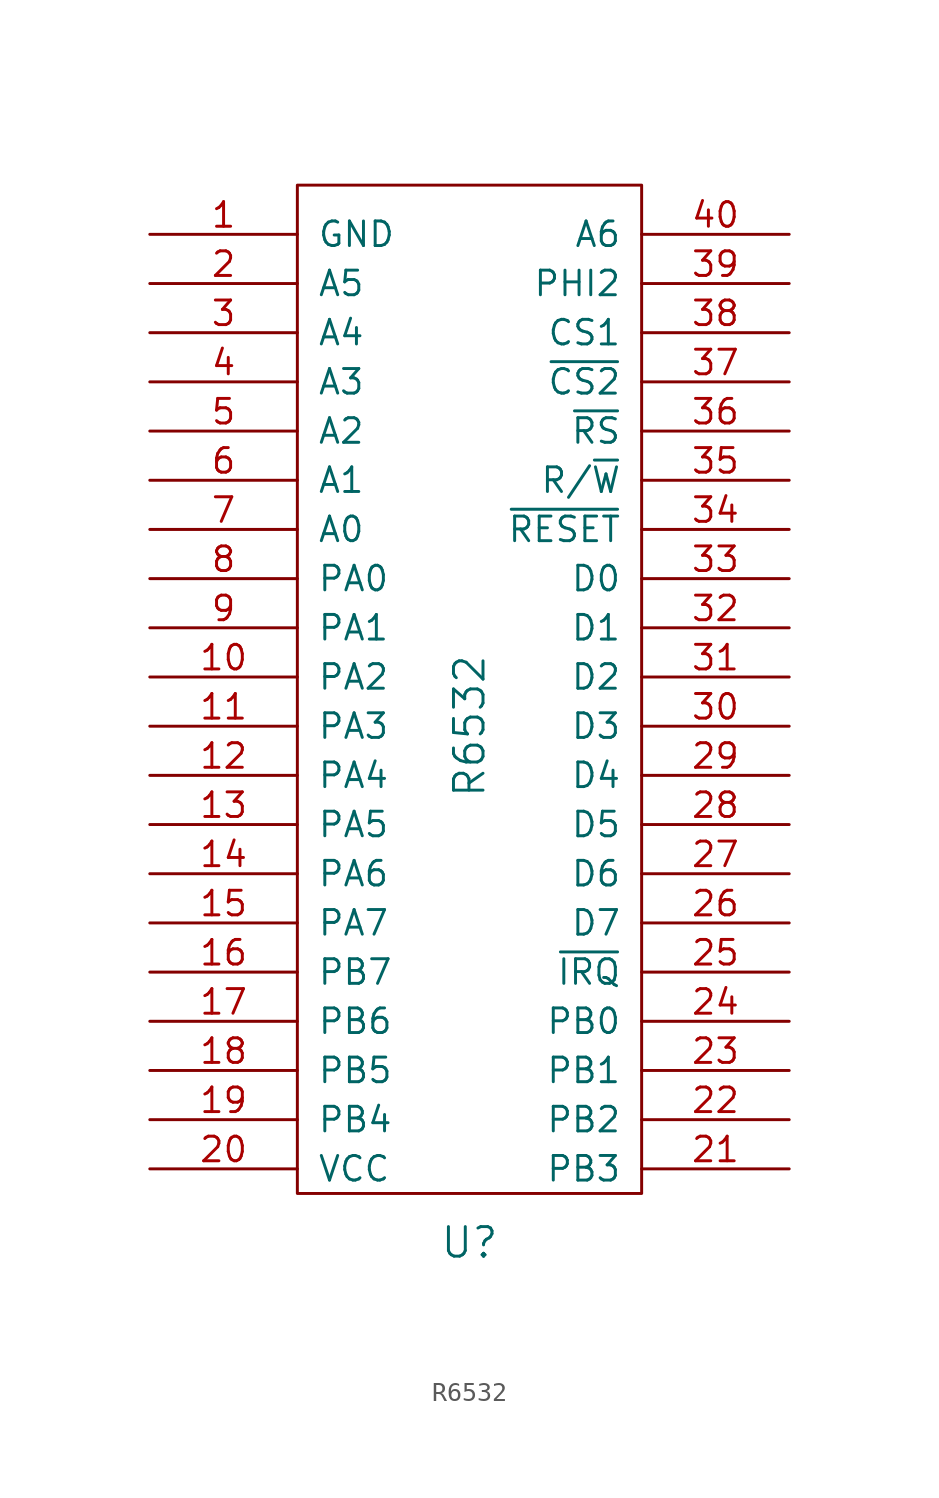
<source format=kicad_sym>
(kicad_symbol_lib
  (version 20211014)
  (generator kicad_symbol_editor)
  (symbol "R6532"
    (pin_names
      (offset 1.016))
    (property "Reference" "U"
      (at 0 -29.21 0)
      (effects (font (size 1.524 1.524))))
    (property "Value" "R6532"
      (at 0 -2.54 90)
      (effects (font (size 1.524 1.524))))
    (property "Footprint" ""
      (at -12.7 5.08 0)
      (effects (font (size 1.524 1.524))))
    (property "Datasheet" ""
      (at -12.7 5.08 0)
      (effects (font (size 1.524 1.524))))
    (symbol "R6532_0_1"
      (rectangle (start -8.89 25.4) (end 8.89 -26.67) (stroke (width 0) (type default) (color 0 0 0 0)) (fill (type none))))
    (symbol "R6532_1_1"
      (pin output line (at -16.51 22.86 0) (length 7.62) (name "GND" (effects (font (size 1.27 1.27)))) (number "1" (effects (font (size 1.27 1.27)))))
      (pin bidirectional line (at -16.51 0 0) (length 7.62) (name "PA2" (effects (font (size 1.27 1.27)))) (number "10" (effects (font (size 1.27 1.27)))))
      (pin bidirectional line (at -16.51 -2.54 0) (length 7.62) (name "PA3" (effects (font (size 1.27 1.27)))) (number "11" (effects (font (size 1.27 1.27)))))
      (pin bidirectional line (at -16.51 -5.08 0) (length 7.62) (name "PA4" (effects (font (size 1.27 1.27)))) (number "12" (effects (font (size 1.27 1.27)))))
      (pin bidirectional line (at -16.51 -7.62 0) (length 7.62) (name "PA5" (effects (font (size 1.27 1.27)))) (number "13" (effects (font (size 1.27 1.27)))))
      (pin bidirectional line (at -16.51 -10.16 0) (length 7.62) (name "PA6" (effects (font (size 1.27 1.27)))) (number "14" (effects (font (size 1.27 1.27)))))
      (pin bidirectional line (at -16.51 -12.7 0) (length 7.62) (name "PA7" (effects (font (size 1.27 1.27)))) (number "15" (effects (font (size 1.27 1.27)))))
      (pin bidirectional line (at -16.51 -15.24 0) (length 7.62) (name "PB7" (effects (font (size 1.27 1.27)))) (number "16" (effects (font (size 1.27 1.27)))))
      (pin bidirectional line (at -16.51 -17.78 0) (length 7.62) (name "PB6" (effects (font (size 1.27 1.27)))) (number "17" (effects (font (size 1.27 1.27)))))
      (pin bidirectional line (at -16.51 -20.32 0) (length 7.62) (name "PB5" (effects (font (size 1.27 1.27)))) (number "18" (effects (font (size 1.27 1.27)))))
      (pin bidirectional line (at -16.51 -22.86 0) (length 7.62) (name "PB4" (effects (font (size 1.27 1.27)))) (number "19" (effects (font (size 1.27 1.27)))))
      (pin input line (at -16.51 20.32 0) (length 7.62) (name "A5" (effects (font (size 1.27 1.27)))) (number "2" (effects (font (size 1.27 1.27)))))
      (pin power_in line (at -16.51 -25.4 0) (length 7.62) (name "VCC" (effects (font (size 1.27 1.27)))) (number "20" (effects (font (size 1.27 1.27)))))
      (pin bidirectional line (at 16.51 -25.4 180) (length 7.62) (name "PB3" (effects (font (size 1.27 1.27)))) (number "21" (effects (font (size 1.27 1.27)))))
      (pin bidirectional line (at 16.51 -22.86 180) (length 7.62) (name "PB2" (effects (font (size 1.27 1.27)))) (number "22" (effects (font (size 1.27 1.27)))))
      (pin bidirectional line (at 16.51 -20.32 180) (length 7.62) (name "PB1" (effects (font (size 1.27 1.27)))) (number "23" (effects (font (size 1.27 1.27)))))
      (pin bidirectional line (at 16.51 -17.78 180) (length 7.62) (name "PB0" (effects (font (size 1.27 1.27)))) (number "24" (effects (font (size 1.27 1.27)))))
      (pin output line (at 16.51 -15.24 180) (length 7.62) (name "~{IRQ}" (effects (font (size 1.27 1.27)))) (number "25" (effects (font (size 1.27 1.27)))))
      (pin tri_state line (at 16.51 -12.7 180) (length 7.62) (name "D7" (effects (font (size 1.27 1.27)))) (number "26" (effects (font (size 1.27 1.27)))))
      (pin tri_state line (at 16.51 -10.16 180) (length 7.62) (name "D6" (effects (font (size 1.27 1.27)))) (number "27" (effects (font (size 1.27 1.27)))))
      (pin tri_state line (at 16.51 -7.62 180) (length 7.62) (name "D5" (effects (font (size 1.27 1.27)))) (number "28" (effects (font (size 1.27 1.27)))))
      (pin tri_state line (at 16.51 -5.08 180) (length 7.62) (name "D4" (effects (font (size 1.27 1.27)))) (number "29" (effects (font (size 1.27 1.27)))))
      (pin input line (at -16.51 17.78 0) (length 7.62) (name "A4" (effects (font (size 1.27 1.27)))) (number "3" (effects (font (size 1.27 1.27)))))
      (pin tri_state line (at 16.51 -2.54 180) (length 7.62) (name "D3" (effects (font (size 1.27 1.27)))) (number "30" (effects (font (size 1.27 1.27)))))
      (pin tri_state line (at 16.51 0 180) (length 7.62) (name "D2" (effects (font (size 1.27 1.27)))) (number "31" (effects (font (size 1.27 1.27)))))
      (pin tri_state line (at 16.51 2.54 180) (length 7.62) (name "D1" (effects (font (size 1.27 1.27)))) (number "32" (effects (font (size 1.27 1.27)))))
      (pin tri_state line (at 16.51 5.08 180) (length 7.62) (name "D0" (effects (font (size 1.27 1.27)))) (number "33" (effects (font (size 1.27 1.27)))))
      (pin input line (at 16.51 7.62 180) (length 7.62) (name "~{RESET}" (effects (font (size 1.27 1.27)))) (number "34" (effects (font (size 1.27 1.27)))))
      (pin input line (at 16.51 10.16 180) (length 7.62) (name "R/~{W}" (effects (font (size 1.27 1.27)))) (number "35" (effects (font (size 1.27 1.27)))))
      (pin input line (at 16.51 12.7 180) (length 7.62) (name "~{RS}" (effects (font (size 1.27 1.27)))) (number "36" (effects (font (size 1.27 1.27)))))
      (pin input line (at 16.51 15.24 180) (length 7.62) (name "~{CS2}" (effects (font (size 1.27 1.27)))) (number "37" (effects (font (size 1.27 1.27)))))
      (pin input line (at 16.51 17.78 180) (length 7.62) (name "CS1" (effects (font (size 1.27 1.27)))) (number "38" (effects (font (size 1.27 1.27)))))
      (pin input line (at 16.51 20.32 180) (length 7.62) (name "PHI2" (effects (font (size 1.27 1.27)))) (number "39" (effects (font (size 1.27 1.27)))))
      (pin input line (at -16.51 15.24 0) (length 7.62) (name "A3" (effects (font (size 1.27 1.27)))) (number "4" (effects (font (size 1.27 1.27)))))
      (pin input line (at 16.51 22.86 180) (length 7.62) (name "A6" (effects (font (size 1.27 1.27)))) (number "40" (effects (font (size 1.27 1.27)))))
      (pin input line (at -16.51 12.7 0) (length 7.62) (name "A2" (effects (font (size 1.27 1.27)))) (number "5" (effects (font (size 1.27 1.27)))))
      (pin input line (at -16.51 10.16 0) (length 7.62) (name "A1" (effects (font (size 1.27 1.27)))) (number "6" (effects (font (size 1.27 1.27)))))
      (pin input line (at -16.51 7.62 0) (length 7.62) (name "A0" (effects (font (size 1.27 1.27)))) (number "7" (effects (font (size 1.27 1.27)))))
      (pin bidirectional line (at -16.51 5.08 0) (length 7.62) (name "PA0" (effects (font (size 1.27 1.27)))) (number "8" (effects (font (size 1.27 1.27)))))
      (pin bidirectional line (at -16.51 2.54 0) (length 7.62) (name "PA1" (effects (font (size 1.27 1.27)))) (number "9" (effects (font (size 1.27 1.27))))))))
</source>
